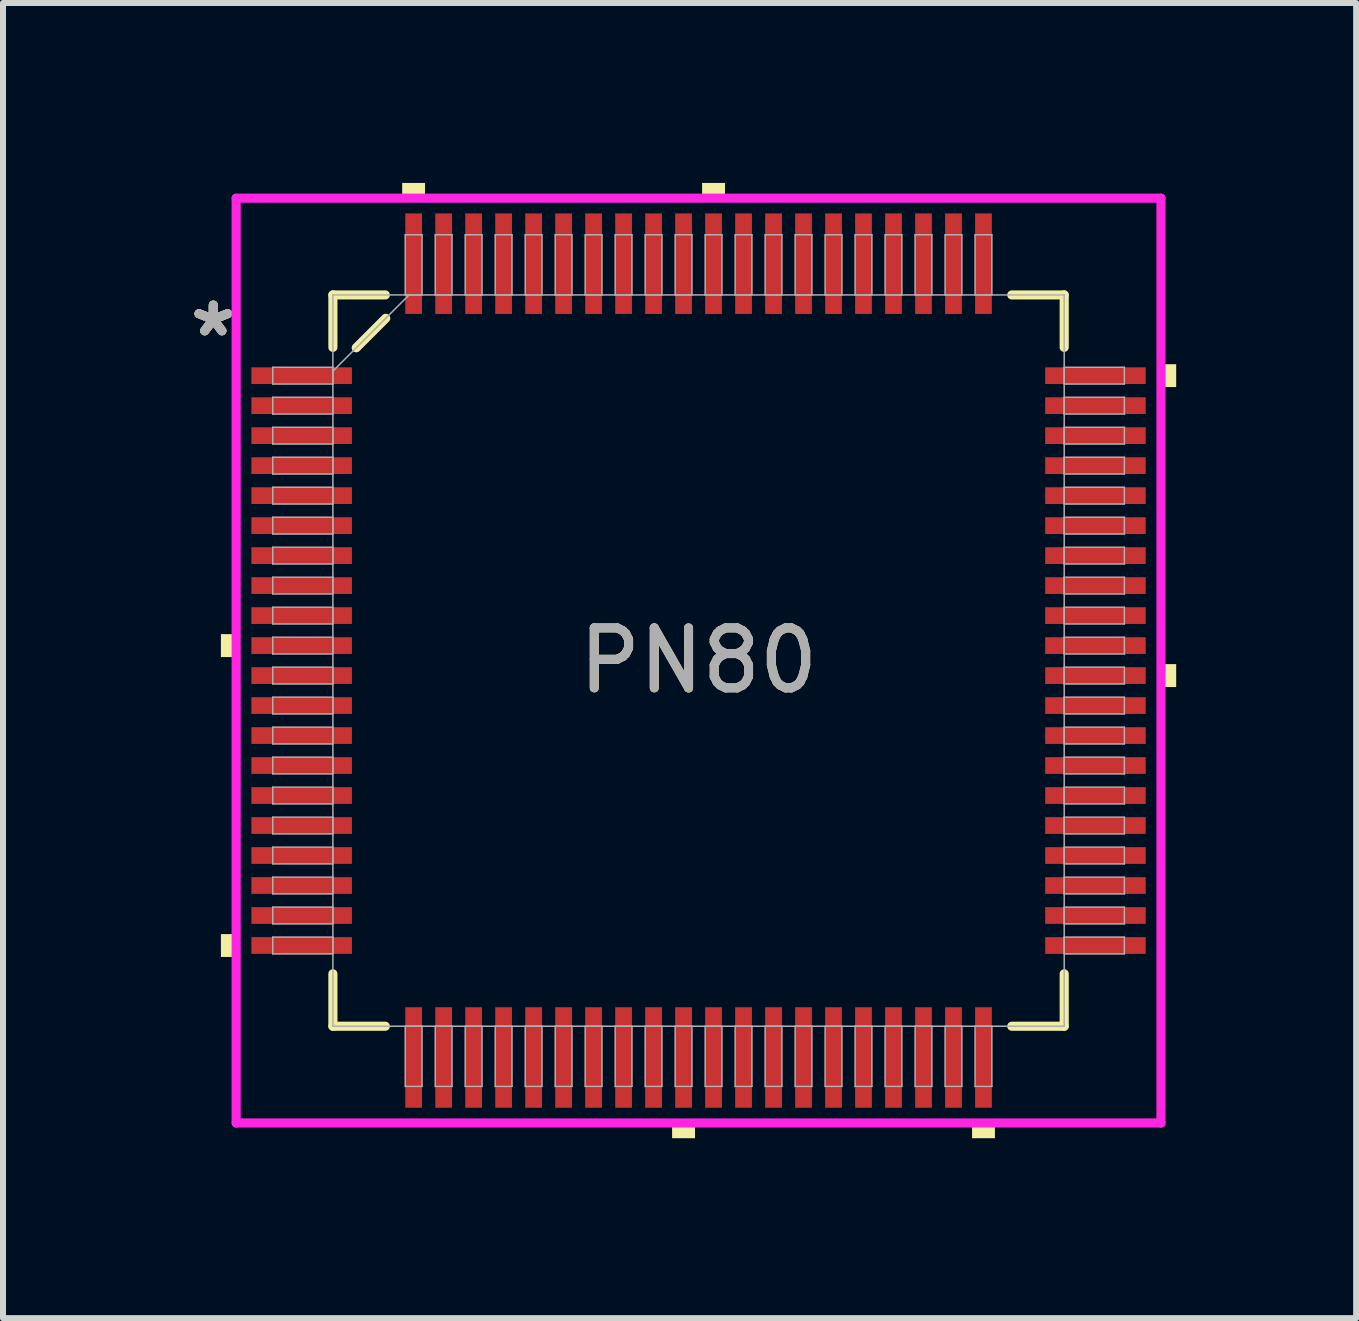
<source format=kicad_pcb>
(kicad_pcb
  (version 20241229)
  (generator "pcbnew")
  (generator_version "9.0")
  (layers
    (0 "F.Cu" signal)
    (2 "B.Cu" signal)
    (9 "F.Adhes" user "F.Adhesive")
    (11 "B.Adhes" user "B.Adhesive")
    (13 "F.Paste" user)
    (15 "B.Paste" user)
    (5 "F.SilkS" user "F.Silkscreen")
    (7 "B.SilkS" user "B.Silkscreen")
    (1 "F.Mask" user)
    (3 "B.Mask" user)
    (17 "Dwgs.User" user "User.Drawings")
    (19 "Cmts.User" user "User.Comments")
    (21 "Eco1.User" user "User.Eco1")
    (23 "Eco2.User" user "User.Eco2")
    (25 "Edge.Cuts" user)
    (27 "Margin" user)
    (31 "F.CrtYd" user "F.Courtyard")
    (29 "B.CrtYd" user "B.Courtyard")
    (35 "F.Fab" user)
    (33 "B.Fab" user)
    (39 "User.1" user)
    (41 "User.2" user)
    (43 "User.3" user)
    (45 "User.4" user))
  (footprint "PN80"
    (layer "F.Cu")
    (at 8.596 7.963)
    (property "Reference" "PN80" (at 0 0 0) (unlocked yes) (layer "F.SilkS") (effects (font (size 1 1) (thickness 0.15))))
    (attr smd)
    (fp_line (start -6.096 -6.096) (end -6.096 -5.222) (stroke (width 0.152) (type solid)) (layer "F.SilkS"))
    (fp_line (start -6.096 5.222) (end -6.096 6.096) (stroke (width 0.152) (type solid)) (layer "F.SilkS"))
    (fp_line (start -6.096 6.096) (end -5.222 6.096) (stroke (width 0.152) (type solid)) (layer "F.SilkS"))
    (fp_line (start -5.707 -5.215) (end -5.215 -5.707) (stroke (width 0.152) (type solid)) (layer "F.SilkS"))
    (fp_line (start -5.222 -6.096) (end -6.096 -6.096) (stroke (width 0.152) (type solid)) (layer "F.SilkS"))
    (fp_line (start 5.222 6.096) (end 6.096 6.096) (stroke (width 0.152) (type solid)) (layer "F.SilkS"))
    (fp_line (start 6.096 -6.096) (end 5.222 -6.096) (stroke (width 0.152) (type solid)) (layer "F.SilkS"))
    (fp_line (start 6.096 -5.222) (end 6.096 -6.096) (stroke (width 0.152) (type solid)) (layer "F.SilkS"))
    (fp_line (start 6.096 6.096) (end 6.096 5.222) (stroke (width 0.152) (type solid)) (layer "F.SilkS"))
    (fp_poly (pts (xy -7.963 -0.441) (xy -7.963 -0.059) (xy -7.709 -0.059) (xy -7.709 -0.441)) (stroke (width 0) (type solid)) (fill yes) (layer "F.SilkS"))
    (fp_poly (pts (xy -7.963 4.56) (xy -7.963 4.941) (xy -7.709 4.941) (xy -7.709 4.56)) (stroke (width 0) (type solid)) (fill yes) (layer "F.SilkS"))
    (fp_poly (pts (xy -4.941 -7.709) (xy -4.941 -7.963) (xy -4.56 -7.963) (xy -4.56 -7.709)) (stroke (width 0) (type solid)) (fill yes) (layer "F.SilkS"))
    (fp_poly (pts (xy -0.441 7.709) (xy -0.441 7.963) (xy -0.059 7.963) (xy -0.059 7.709)) (stroke (width 0) (type solid)) (fill yes) (layer "F.SilkS"))
    (fp_poly (pts (xy 0.059 -7.709) (xy 0.059 -7.963) (xy 0.441 -7.963) (xy 0.441 -7.709)) (stroke (width 0) (type solid)) (fill yes) (layer "F.SilkS"))
    (fp_poly (pts (xy 4.56 7.709) (xy 4.56 7.963) (xy 4.941 7.963) (xy 4.941 7.709)) (stroke (width 0) (type solid)) (fill yes) (layer "F.SilkS"))
    (fp_poly (pts (xy 7.963 -4.941) (xy 7.963 -4.56) (xy 7.709 -4.56) (xy 7.709 -4.941)) (stroke (width 0) (type solid)) (fill yes) (layer "F.SilkS"))
    (fp_poly (pts (xy 7.963 0.059) (xy 7.963 0.441) (xy 7.709 0.441) (xy 7.709 0.059)) (stroke (width 0) (type solid)) (fill yes) (layer "F.SilkS"))
    (fp_line (start -7.709 -7.709) (end 7.709 -7.709) (stroke (width 0.152) (type solid)) (layer "F.CrtYd"))
    (fp_line (start -7.709 7.709) (end -7.709 -7.709) (stroke (width 0.152) (type solid)) (layer "F.CrtYd"))
    (fp_line (start 7.709 -7.709) (end 7.709 7.709) (stroke (width 0.152) (type solid)) (layer "F.CrtYd"))
    (fp_line (start 7.709 7.709) (end -7.709 7.709) (stroke (width 0.152) (type solid)) (layer "F.CrtYd"))
    (fp_line (start -7.099 -4.89) (end -7.099 -4.61) (stroke (width 0.025) (type solid)) (layer "F.Fab"))
    (fp_line (start -7.099 -4.61) (end -6.096 -4.61) (stroke (width 0.025) (type solid)) (layer "F.Fab"))
    (fp_line (start -7.099 -4.39) (end -7.099 -4.11) (stroke (width 0.025) (type solid)) (layer "F.Fab"))
    (fp_line (start -7.099 -4.11) (end -6.096 -4.11) (stroke (width 0.025) (type solid)) (layer "F.Fab"))
    (fp_line (start -7.099 -3.89) (end -7.099 -3.61) (stroke (width 0.025) (type solid)) (layer "F.Fab"))
    (fp_line (start -7.099 -3.61) (end -6.096 -3.61) (stroke (width 0.025) (type solid)) (layer "F.Fab"))
    (fp_line (start -7.099 -3.39) (end -7.099 -3.11) (stroke (width 0.025) (type solid)) (layer "F.Fab"))
    (fp_line (start -7.099 -3.11) (end -6.096 -3.11) (stroke (width 0.025) (type solid)) (layer "F.Fab"))
    (fp_line (start -7.099 -2.89) (end -7.099 -2.61) (stroke (width 0.025) (type solid)) (layer "F.Fab"))
    (fp_line (start -7.099 -2.61) (end -6.096 -2.61) (stroke (width 0.025) (type solid)) (layer "F.Fab"))
    (fp_line (start -7.099 -2.39) (end -7.099 -2.11) (stroke (width 0.025) (type solid)) (layer "F.Fab"))
    (fp_line (start -7.099 -2.11) (end -6.096 -2.11) (stroke (width 0.025) (type solid)) (layer "F.Fab"))
    (fp_line (start -7.099 -1.89) (end -7.099 -1.61) (stroke (width 0.025) (type solid)) (layer "F.Fab"))
    (fp_line (start -7.099 -1.61) (end -6.096 -1.61) (stroke (width 0.025) (type solid)) (layer "F.Fab"))
    (fp_line (start -7.099 -1.39) (end -7.099 -1.11) (stroke (width 0.025) (type solid)) (layer "F.Fab"))
    (fp_line (start -7.099 -1.11) (end -6.096 -1.11) (stroke (width 0.025) (type solid)) (layer "F.Fab"))
    (fp_line (start -7.099 -0.89) (end -7.099 -0.61) (stroke (width 0.025) (type solid)) (layer "F.Fab"))
    (fp_line (start -7.099 -0.61) (end -6.096 -0.61) (stroke (width 0.025) (type solid)) (layer "F.Fab"))
    (fp_line (start -7.099 -0.39) (end -7.099 -0.11) (stroke (width 0.025) (type solid)) (layer "F.Fab"))
    (fp_line (start -7.099 -0.11) (end -6.096 -0.11) (stroke (width 0.025) (type solid)) (layer "F.Fab"))
    (fp_line (start -7.099 0.11) (end -7.099 0.39) (stroke (width 0.025) (type solid)) (layer "F.Fab"))
    (fp_line (start -7.099 0.39) (end -6.096 0.39) (stroke (width 0.025) (type solid)) (layer "F.Fab"))
    (fp_line (start -7.099 0.61) (end -7.099 0.89) (stroke (width 0.025) (type solid)) (layer "F.Fab"))
    (fp_line (start -7.099 0.89) (end -6.096 0.89) (stroke (width 0.025) (type solid)) (layer "F.Fab"))
    (fp_line (start -7.099 1.11) (end -7.099 1.39) (stroke (width 0.025) (type solid)) (layer "F.Fab"))
    (fp_line (start -7.099 1.39) (end -6.096 1.39) (stroke (width 0.025) (type solid)) (layer "F.Fab"))
    (fp_line (start -7.099 1.61) (end -7.099 1.89) (stroke (width 0.025) (type solid)) (layer "F.Fab"))
    (fp_line (start -7.099 1.89) (end -6.096 1.89) (stroke (width 0.025) (type solid)) (layer "F.Fab"))
    (fp_line (start -7.099 2.11) (end -7.099 2.39) (stroke (width 0.025) (type solid)) (layer "F.Fab"))
    (fp_line (start -7.099 2.39) (end -6.096 2.39) (stroke (width 0.025) (type solid)) (layer "F.Fab"))
    (fp_line (start -7.099 2.61) (end -7.099 2.89) (stroke (width 0.025) (type solid)) (layer "F.Fab"))
    (fp_line (start -7.099 2.89) (end -6.096 2.89) (stroke (width 0.025) (type solid)) (layer "F.Fab"))
    (fp_line (start -7.099 3.11) (end -7.099 3.39) (stroke (width 0.025) (type solid)) (layer "F.Fab"))
    (fp_line (start -7.099 3.39) (end -6.096 3.39) (stroke (width 0.025) (type solid)) (layer "F.Fab"))
    (fp_line (start -7.099 3.61) (end -7.099 3.89) (stroke (width 0.025) (type solid)) (layer "F.Fab"))
    (fp_line (start -7.099 3.89) (end -6.096 3.89) (stroke (width 0.025) (type solid)) (layer "F.Fab"))
    (fp_line (start -7.099 4.11) (end -7.099 4.39) (stroke (width 0.025) (type solid)) (layer "F.Fab"))
    (fp_line (start -7.099 4.39) (end -6.096 4.39) (stroke (width 0.025) (type solid)) (layer "F.Fab"))
    (fp_line (start -7.099 4.61) (end -7.099 4.89) (stroke (width 0.025) (type solid)) (layer "F.Fab"))
    (fp_line (start -7.099 4.89) (end -6.096 4.89) (stroke (width 0.025) (type solid)) (layer "F.Fab"))
    (fp_line (start -6.096 -6.096) (end -6.096 -6.096) (stroke (width 0.025) (type solid)) (layer "F.Fab"))
    (fp_line (start -6.096 -6.096) (end -6.096 6.096) (stroke (width 0.025) (type solid)) (layer "F.Fab"))
    (fp_line (start -6.096 -4.89) (end -7.099 -4.89) (stroke (width 0.025) (type solid)) (layer "F.Fab"))
    (fp_line (start -6.096 -4.826) (end -4.826 -6.096) (stroke (width 0.025) (type solid)) (layer "F.Fab"))
    (fp_line (start -6.096 -4.61) (end -6.096 -4.89) (stroke (width 0.025) (type solid)) (layer "F.Fab"))
    (fp_line (start -6.096 -4.39) (end -7.099 -4.39) (stroke (width 0.025) (type solid)) (layer "F.Fab"))
    (fp_line (start -6.096 -4.11) (end -6.096 -4.39) (stroke (width 0.025) (type solid)) (layer "F.Fab"))
    (fp_line (start -6.096 -3.89) (end -7.099 -3.89) (stroke (width 0.025) (type solid)) (layer "F.Fab"))
    (fp_line (start -6.096 -3.61) (end -6.096 -3.89) (stroke (width 0.025) (type solid)) (layer "F.Fab"))
    (fp_line (start -6.096 -3.39) (end -7.099 -3.39) (stroke (width 0.025) (type solid)) (layer "F.Fab"))
    (fp_line (start -6.096 -3.11) (end -6.096 -3.39) (stroke (width 0.025) (type solid)) (layer "F.Fab"))
    (fp_line (start -6.096 -2.89) (end -7.099 -2.89) (stroke (width 0.025) (type solid)) (layer "F.Fab"))
    (fp_line (start -6.096 -2.61) (end -6.096 -2.89) (stroke (width 0.025) (type solid)) (layer "F.Fab"))
    (fp_line (start -6.096 -2.39) (end -7.099 -2.39) (stroke (width 0.025) (type solid)) (layer "F.Fab"))
    (fp_line (start -6.096 -2.11) (end -6.096 -2.39) (stroke (width 0.025) (type solid)) (layer "F.Fab"))
    (fp_line (start -6.096 -1.89) (end -7.099 -1.89) (stroke (width 0.025) (type solid)) (layer "F.Fab"))
    (fp_line (start -6.096 -1.61) (end -6.096 -1.89) (stroke (width 0.025) (type solid)) (layer "F.Fab"))
    (fp_line (start -6.096 -1.39) (end -7.099 -1.39) (stroke (width 0.025) (type solid)) (layer "F.Fab"))
    (fp_line (start -6.096 -1.11) (end -6.096 -1.39) (stroke (width 0.025) (type solid)) (layer "F.Fab"))
    (fp_line (start -6.096 -0.89) (end -7.099 -0.89) (stroke (width 0.025) (type solid)) (layer "F.Fab"))
    (fp_line (start -6.096 -0.61) (end -6.096 -0.89) (stroke (width 0.025) (type solid)) (layer "F.Fab"))
    (fp_line (start -6.096 -0.39) (end -7.099 -0.39) (stroke (width 0.025) (type solid)) (layer "F.Fab"))
    (fp_line (start -6.096 -0.11) (end -6.096 -0.39) (stroke (width 0.025) (type solid)) (layer "F.Fab"))
    (fp_line (start -6.096 0.11) (end -7.099 0.11) (stroke (width 0.025) (type solid)) (layer "F.Fab"))
    (fp_line (start -6.096 0.39) (end -6.096 0.11) (stroke (width 0.025) (type solid)) (layer "F.Fab"))
    (fp_line (start -6.096 0.61) (end -7.099 0.61) (stroke (width 0.025) (type solid)) (layer "F.Fab"))
    (fp_line (start -6.096 0.89) (end -6.096 0.61) (stroke (width 0.025) (type solid)) (layer "F.Fab"))
    (fp_line (start -6.096 1.11) (end -7.099 1.11) (stroke (width 0.025) (type solid)) (layer "F.Fab"))
    (fp_line (start -6.096 1.39) (end -6.096 1.11) (stroke (width 0.025) (type solid)) (layer "F.Fab"))
    (fp_line (start -6.096 1.61) (end -7.099 1.61) (stroke (width 0.025) (type solid)) (layer "F.Fab"))
    (fp_line (start -6.096 1.89) (end -6.096 1.61) (stroke (width 0.025) (type solid)) (layer "F.Fab"))
    (fp_line (start -6.096 2.11) (end -7.099 2.11) (stroke (width 0.025) (type solid)) (layer "F.Fab"))
    (fp_line (start -6.096 2.39) (end -6.096 2.11) (stroke (width 0.025) (type solid)) (layer "F.Fab"))
    (fp_line (start -6.096 2.61) (end -7.099 2.61) (stroke (width 0.025) (type solid)) (layer "F.Fab"))
    (fp_line (start -6.096 2.89) (end -6.096 2.61) (stroke (width 0.025) (type solid)) (layer "F.Fab"))
    (fp_line (start -6.096 3.11) (end -7.099 3.11) (stroke (width 0.025) (type solid)) (layer "F.Fab"))
    (fp_line (start -6.096 3.39) (end -6.096 3.11) (stroke (width 0.025) (type solid)) (layer "F.Fab"))
    (fp_line (start -6.096 3.61) (end -7.099 3.61) (stroke (width 0.025) (type solid)) (layer "F.Fab"))
    (fp_line (start -6.096 3.89) (end -6.096 3.61) (stroke (width 0.025) (type solid)) (layer "F.Fab"))
    (fp_line (start -6.096 4.11) (end -7.099 4.11) (stroke (width 0.025) (type solid)) (layer "F.Fab"))
    (fp_line (start -6.096 4.39) (end -6.096 4.11) (stroke (width 0.025) (type solid)) (layer "F.Fab"))
    (fp_line (start -6.096 4.61) (end -7.099 4.61) (stroke (width 0.025) (type solid)) (layer "F.Fab"))
    (fp_line (start -6.096 4.89) (end -6.096 4.61) (stroke (width 0.025) (type solid)) (layer "F.Fab"))
    (fp_line (start -6.096 6.096) (end -6.096 6.096) (stroke (width 0.025) (type solid)) (layer "F.Fab"))
    (fp_line (start -6.096 6.096) (end 6.096 6.096) (stroke (width 0.025) (type solid)) (layer "F.Fab"))
    (fp_line (start -4.89 -7.099) (end -4.89 -6.096) (stroke (width 0.025) (type solid)) (layer "F.Fab"))
    (fp_line (start -4.89 -6.096) (end -4.61 -6.096) (stroke (width 0.025) (type solid)) (layer "F.Fab"))
    (fp_line (start -4.89 6.096) (end -4.89 7.099) (stroke (width 0.025) (type solid)) (layer "F.Fab"))
    (fp_line (start -4.89 7.099) (end -4.61 7.099) (stroke (width 0.025) (type solid)) (layer "F.Fab"))
    (fp_line (start -4.61 -7.099) (end -4.89 -7.099) (stroke (width 0.025) (type solid)) (layer "F.Fab"))
    (fp_line (start -4.61 -6.096) (end -4.61 -7.099) (stroke (width 0.025) (type solid)) (layer "F.Fab"))
    (fp_line (start -4.61 6.096) (end -4.89 6.096) (stroke (width 0.025) (type solid)) (layer "F.Fab"))
    (fp_line (start -4.61 7.099) (end -4.61 6.096) (stroke (width 0.025) (type solid)) (layer "F.Fab"))
    (fp_line (start -4.39 -7.099) (end -4.39 -6.096) (stroke (width 0.025) (type solid)) (layer "F.Fab"))
    (fp_line (start -4.39 -6.096) (end -4.11 -6.096) (stroke (width 0.025) (type solid)) (layer "F.Fab"))
    (fp_line (start -4.39 6.096) (end -4.39 7.099) (stroke (width 0.025) (type solid)) (layer "F.Fab"))
    (fp_line (start -4.39 7.099) (end -4.11 7.099) (stroke (width 0.025) (type solid)) (layer "F.Fab"))
    (fp_line (start -4.11 -7.099) (end -4.39 -7.099) (stroke (width 0.025) (type solid)) (layer "F.Fab"))
    (fp_line (start -4.11 -6.096) (end -4.11 -7.099) (stroke (width 0.025) (type solid)) (layer "F.Fab"))
    (fp_line (start -4.11 6.096) (end -4.39 6.096) (stroke (width 0.025) (type solid)) (layer "F.Fab"))
    (fp_line (start -4.11 7.099) (end -4.11 6.096) (stroke (width 0.025) (type solid)) (layer "F.Fab"))
    (fp_line (start -3.89 -7.099) (end -3.89 -6.096) (stroke (width 0.025) (type solid)) (layer "F.Fab"))
    (fp_line (start -3.89 -6.096) (end -3.61 -6.096) (stroke (width 0.025) (type solid)) (layer "F.Fab"))
    (fp_line (start -3.89 6.096) (end -3.89 7.099) (stroke (width 0.025) (type solid)) (layer "F.Fab"))
    (fp_line (start -3.89 7.099) (end -3.61 7.099) (stroke (width 0.025) (type solid)) (layer "F.Fab"))
    (fp_line (start -3.61 -7.099) (end -3.89 -7.099) (stroke (width 0.025) (type solid)) (layer "F.Fab"))
    (fp_line (start -3.61 -6.096) (end -3.61 -7.099) (stroke (width 0.025) (type solid)) (layer "F.Fab"))
    (fp_line (start -3.61 6.096) (end -3.89 6.096) (stroke (width 0.025) (type solid)) (layer "F.Fab"))
    (fp_line (start -3.61 7.099) (end -3.61 6.096) (stroke (width 0.025) (type solid)) (layer "F.Fab"))
    (fp_line (start -3.39 -7.099) (end -3.39 -6.096) (stroke (width 0.025) (type solid)) (layer "F.Fab"))
    (fp_line (start -3.39 -6.096) (end -3.11 -6.096) (stroke (width 0.025) (type solid)) (layer "F.Fab"))
    (fp_line (start -3.39 6.096) (end -3.39 7.099) (stroke (width 0.025) (type solid)) (layer "F.Fab"))
    (fp_line (start -3.39 7.099) (end -3.11 7.099) (stroke (width 0.025) (type solid)) (layer "F.Fab"))
    (fp_line (start -3.11 -7.099) (end -3.39 -7.099) (stroke (width 0.025) (type solid)) (layer "F.Fab"))
    (fp_line (start -3.11 -6.096) (end -3.11 -7.099) (stroke (width 0.025) (type solid)) (layer "F.Fab"))
    (fp_line (start -3.11 6.096) (end -3.39 6.096) (stroke (width 0.025) (type solid)) (layer "F.Fab"))
    (fp_line (start -3.11 7.099) (end -3.11 6.096) (stroke (width 0.025) (type solid)) (layer "F.Fab"))
    (fp_line (start -2.89 -7.099) (end -2.89 -6.096) (stroke (width 0.025) (type solid)) (layer "F.Fab"))
    (fp_line (start -2.89 -6.096) (end -2.61 -6.096) (stroke (width 0.025) (type solid)) (layer "F.Fab"))
    (fp_line (start -2.89 6.096) (end -2.89 7.099) (stroke (width 0.025) (type solid)) (layer "F.Fab"))
    (fp_line (start -2.89 7.099) (end -2.61 7.099) (stroke (width 0.025) (type solid)) (layer "F.Fab"))
    (fp_line (start -2.61 -7.099) (end -2.89 -7.099) (stroke (width 0.025) (type solid)) (layer "F.Fab"))
    (fp_line (start -2.61 -6.096) (end -2.61 -7.099) (stroke (width 0.025) (type solid)) (layer "F.Fab"))
    (fp_line (start -2.61 6.096) (end -2.89 6.096) (stroke (width 0.025) (type solid)) (layer "F.Fab"))
    (fp_line (start -2.61 7.099) (end -2.61 6.096) (stroke (width 0.025) (type solid)) (layer "F.Fab"))
    (fp_line (start -2.39 -7.099) (end -2.39 -6.096) (stroke (width 0.025) (type solid)) (layer "F.Fab"))
    (fp_line (start -2.39 -6.096) (end -2.11 -6.096) (stroke (width 0.025) (type solid)) (layer "F.Fab"))
    (fp_line (start -2.39 6.096) (end -2.39 7.099) (stroke (width 0.025) (type solid)) (layer "F.Fab"))
    (fp_line (start -2.39 7.099) (end -2.11 7.099) (stroke (width 0.025) (type solid)) (layer "F.Fab"))
    (fp_line (start -2.11 -7.099) (end -2.39 -7.099) (stroke (width 0.025) (type solid)) (layer "F.Fab"))
    (fp_line (start -2.11 -6.096) (end -2.11 -7.099) (stroke (width 0.025) (type solid)) (layer "F.Fab"))
    (fp_line (start -2.11 6.096) (end -2.39 6.096) (stroke (width 0.025) (type solid)) (layer "F.Fab"))
    (fp_line (start -2.11 7.099) (end -2.11 6.096) (stroke (width 0.025) (type solid)) (layer "F.Fab"))
    (fp_line (start -1.89 -7.099) (end -1.89 -6.096) (stroke (width 0.025) (type solid)) (layer "F.Fab"))
    (fp_line (start -1.89 -6.096) (end -1.61 -6.096) (stroke (width 0.025) (type solid)) (layer "F.Fab"))
    (fp_line (start -1.89 6.096) (end -1.89 7.099) (stroke (width 0.025) (type solid)) (layer "F.Fab"))
    (fp_line (start -1.89 7.099) (end -1.61 7.099) (stroke (width 0.025) (type solid)) (layer "F.Fab"))
    (fp_line (start -1.61 -7.099) (end -1.89 -7.099) (stroke (width 0.025) (type solid)) (layer "F.Fab"))
    (fp_line (start -1.61 -6.096) (end -1.61 -7.099) (stroke (width 0.025) (type solid)) (layer "F.Fab"))
    (fp_line (start -1.61 6.096) (end -1.89 6.096) (stroke (width 0.025) (type solid)) (layer "F.Fab"))
    (fp_line (start -1.61 7.099) (end -1.61 6.096) (stroke (width 0.025) (type solid)) (layer "F.Fab"))
    (fp_line (start -1.39 -7.099) (end -1.39 -6.096) (stroke (width 0.025) (type solid)) (layer "F.Fab"))
    (fp_line (start -1.39 -6.096) (end -1.11 -6.096) (stroke (width 0.025) (type solid)) (layer "F.Fab"))
    (fp_line (start -1.39 6.096) (end -1.39 7.099) (stroke (width 0.025) (type solid)) (layer "F.Fab"))
    (fp_line (start -1.39 7.099) (end -1.11 7.099) (stroke (width 0.025) (type solid)) (layer "F.Fab"))
    (fp_line (start -1.11 -7.099) (end -1.39 -7.099) (stroke (width 0.025) (type solid)) (layer "F.Fab"))
    (fp_line (start -1.11 -6.096) (end -1.11 -7.099) (stroke (width 0.025) (type solid)) (layer "F.Fab"))
    (fp_line (start -1.11 6.096) (end -1.39 6.096) (stroke (width 0.025) (type solid)) (layer "F.Fab"))
    (fp_line (start -1.11 7.099) (end -1.11 6.096) (stroke (width 0.025) (type solid)) (layer "F.Fab"))
    (fp_line (start -0.89 -7.099) (end -0.89 -6.096) (stroke (width 0.025) (type solid)) (layer "F.Fab"))
    (fp_line (start -0.89 -6.096) (end -0.61 -6.096) (stroke (width 0.025) (type solid)) (layer "F.Fab"))
    (fp_line (start -0.89 6.096) (end -0.89 7.099) (stroke (width 0.025) (type solid)) (layer "F.Fab"))
    (fp_line (start -0.89 7.099) (end -0.61 7.099) (stroke (width 0.025) (type solid)) (layer "F.Fab"))
    (fp_line (start -0.61 -7.099) (end -0.89 -7.099) (stroke (width 0.025) (type solid)) (layer "F.Fab"))
    (fp_line (start -0.61 -6.096) (end -0.61 -7.099) (stroke (width 0.025) (type solid)) (layer "F.Fab"))
    (fp_line (start -0.61 6.096) (end -0.89 6.096) (stroke (width 0.025) (type solid)) (layer "F.Fab"))
    (fp_line (start -0.61 7.099) (end -0.61 6.096) (stroke (width 0.025) (type solid)) (layer "F.Fab"))
    (fp_line (start -0.39 -7.099) (end -0.39 -6.096) (stroke (width 0.025) (type solid)) (layer "F.Fab"))
    (fp_line (start -0.39 -6.096) (end -0.11 -6.096) (stroke (width 0.025) (type solid)) (layer "F.Fab"))
    (fp_line (start -0.39 6.096) (end -0.39 7.099) (stroke (width 0.025) (type solid)) (layer "F.Fab"))
    (fp_line (start -0.39 7.099) (end -0.11 7.099) (stroke (width 0.025) (type solid)) (layer "F.Fab"))
    (fp_line (start -0.11 -7.099) (end -0.39 -7.099) (stroke (width 0.025) (type solid)) (layer "F.Fab"))
    (fp_line (start -0.11 -6.096) (end -0.11 -7.099) (stroke (width 0.025) (type solid)) (layer "F.Fab"))
    (fp_line (start -0.11 6.096) (end -0.39 6.096) (stroke (width 0.025) (type solid)) (layer "F.Fab"))
    (fp_line (start -0.11 7.099) (end -0.11 6.096) (stroke (width 0.025) (type solid)) (layer "F.Fab"))
    (fp_line (start 0.11 -7.099) (end 0.11 -6.096) (stroke (width 0.025) (type solid)) (layer "F.Fab"))
    (fp_line (start 0.11 -6.096) (end 0.39 -6.096) (stroke (width 0.025) (type solid)) (layer "F.Fab"))
    (fp_line (start 0.11 6.096) (end 0.11 7.099) (stroke (width 0.025) (type solid)) (layer "F.Fab"))
    (fp_line (start 0.11 7.099) (end 0.39 7.099) (stroke (width 0.025) (type solid)) (layer "F.Fab"))
    (fp_line (start 0.39 -7.099) (end 0.11 -7.099) (stroke (width 0.025) (type solid)) (layer "F.Fab"))
    (fp_line (start 0.39 -6.096) (end 0.39 -7.099) (stroke (width 0.025) (type solid)) (layer "F.Fab"))
    (fp_line (start 0.39 6.096) (end 0.11 6.096) (stroke (width 0.025) (type solid)) (layer "F.Fab"))
    (fp_line (start 0.39 7.099) (end 0.39 6.096) (stroke (width 0.025) (type solid)) (layer "F.Fab"))
    (fp_line (start 0.61 -7.099) (end 0.61 -6.096) (stroke (width 0.025) (type solid)) (layer "F.Fab"))
    (fp_line (start 0.61 -6.096) (end 0.89 -6.096) (stroke (width 0.025) (type solid)) (layer "F.Fab"))
    (fp_line (start 0.61 6.096) (end 0.61 7.099) (stroke (width 0.025) (type solid)) (layer "F.Fab"))
    (fp_line (start 0.61 7.099) (end 0.89 7.099) (stroke (width 0.025) (type solid)) (layer "F.Fab"))
    (fp_line (start 0.89 -7.099) (end 0.61 -7.099) (stroke (width 0.025) (type solid)) (layer "F.Fab"))
    (fp_line (start 0.89 -6.096) (end 0.89 -7.099) (stroke (width 0.025) (type solid)) (layer "F.Fab"))
    (fp_line (start 0.89 6.096) (end 0.61 6.096) (stroke (width 0.025) (type solid)) (layer "F.Fab"))
    (fp_line (start 0.89 7.099) (end 0.89 6.096) (stroke (width 0.025) (type solid)) (layer "F.Fab"))
    (fp_line (start 1.11 -7.099) (end 1.11 -6.096) (stroke (width 0.025) (type solid)) (layer "F.Fab"))
    (fp_line (start 1.11 -6.096) (end 1.39 -6.096) (stroke (width 0.025) (type solid)) (layer "F.Fab"))
    (fp_line (start 1.11 6.096) (end 1.11 7.099) (stroke (width 0.025) (type solid)) (layer "F.Fab"))
    (fp_line (start 1.11 7.099) (end 1.39 7.099) (stroke (width 0.025) (type solid)) (layer "F.Fab"))
    (fp_line (start 1.39 -7.099) (end 1.11 -7.099) (stroke (width 0.025) (type solid)) (layer "F.Fab"))
    (fp_line (start 1.39 -6.096) (end 1.39 -7.099) (stroke (width 0.025) (type solid)) (layer "F.Fab"))
    (fp_line (start 1.39 6.096) (end 1.11 6.096) (stroke (width 0.025) (type solid)) (layer "F.Fab"))
    (fp_line (start 1.39 7.099) (end 1.39 6.096) (stroke (width 0.025) (type solid)) (layer "F.Fab"))
    (fp_line (start 1.61 -7.099) (end 1.61 -6.096) (stroke (width 0.025) (type solid)) (layer "F.Fab"))
    (fp_line (start 1.61 -6.096) (end 1.89 -6.096) (stroke (width 0.025) (type solid)) (layer "F.Fab"))
    (fp_line (start 1.61 6.096) (end 1.61 7.099) (stroke (width 0.025) (type solid)) (layer "F.Fab"))
    (fp_line (start 1.61 7.099) (end 1.89 7.099) (stroke (width 0.025) (type solid)) (layer "F.Fab"))
    (fp_line (start 1.89 -7.099) (end 1.61 -7.099) (stroke (width 0.025) (type solid)) (layer "F.Fab"))
    (fp_line (start 1.89 -6.096) (end 1.89 -7.099) (stroke (width 0.025) (type solid)) (layer "F.Fab"))
    (fp_line (start 1.89 6.096) (end 1.61 6.096) (stroke (width 0.025) (type solid)) (layer "F.Fab"))
    (fp_line (start 1.89 7.099) (end 1.89 6.096) (stroke (width 0.025) (type solid)) (layer "F.Fab"))
    (fp_line (start 2.11 -7.099) (end 2.11 -6.096) (stroke (width 0.025) (type solid)) (layer "F.Fab"))
    (fp_line (start 2.11 -6.096) (end 2.39 -6.096) (stroke (width 0.025) (type solid)) (layer "F.Fab"))
    (fp_line (start 2.11 6.096) (end 2.11 7.099) (stroke (width 0.025) (type solid)) (layer "F.Fab"))
    (fp_line (start 2.11 7.099) (end 2.39 7.099) (stroke (width 0.025) (type solid)) (layer "F.Fab"))
    (fp_line (start 2.39 -7.099) (end 2.11 -7.099) (stroke (width 0.025) (type solid)) (layer "F.Fab"))
    (fp_line (start 2.39 -6.096) (end 2.39 -7.099) (stroke (width 0.025) (type solid)) (layer "F.Fab"))
    (fp_line (start 2.39 6.096) (end 2.11 6.096) (stroke (width 0.025) (type solid)) (layer "F.Fab"))
    (fp_line (start 2.39 7.099) (end 2.39 6.096) (stroke (width 0.025) (type solid)) (layer "F.Fab"))
    (fp_line (start 2.61 -7.099) (end 2.61 -6.096) (stroke (width 0.025) (type solid)) (layer "F.Fab"))
    (fp_line (start 2.61 -6.096) (end 2.89 -6.096) (stroke (width 0.025) (type solid)) (layer "F.Fab"))
    (fp_line (start 2.61 6.096) (end 2.61 7.099) (stroke (width 0.025) (type solid)) (layer "F.Fab"))
    (fp_line (start 2.61 7.099) (end 2.89 7.099) (stroke (width 0.025) (type solid)) (layer "F.Fab"))
    (fp_line (start 2.89 -7.099) (end 2.61 -7.099) (stroke (width 0.025) (type solid)) (layer "F.Fab"))
    (fp_line (start 2.89 -6.096) (end 2.89 -7.099) (stroke (width 0.025) (type solid)) (layer "F.Fab"))
    (fp_line (start 2.89 6.096) (end 2.61 6.096) (stroke (width 0.025) (type solid)) (layer "F.Fab"))
    (fp_line (start 2.89 7.099) (end 2.89 6.096) (stroke (width 0.025) (type solid)) (layer "F.Fab"))
    (fp_line (start 3.11 -7.099) (end 3.11 -6.096) (stroke (width 0.025) (type solid)) (layer "F.Fab"))
    (fp_line (start 3.11 -6.096) (end 3.39 -6.096) (stroke (width 0.025) (type solid)) (layer "F.Fab"))
    (fp_line (start 3.11 6.096) (end 3.11 7.099) (stroke (width 0.025) (type solid)) (layer "F.Fab"))
    (fp_line (start 3.11 7.099) (end 3.39 7.099) (stroke (width 0.025) (type solid)) (layer "F.Fab"))
    (fp_line (start 3.39 -7.099) (end 3.11 -7.099) (stroke (width 0.025) (type solid)) (layer "F.Fab"))
    (fp_line (start 3.39 -6.096) (end 3.39 -7.099) (stroke (width 0.025) (type solid)) (layer "F.Fab"))
    (fp_line (start 3.39 6.096) (end 3.11 6.096) (stroke (width 0.025) (type solid)) (layer "F.Fab"))
    (fp_line (start 3.39 7.099) (end 3.39 6.096) (stroke (width 0.025) (type solid)) (layer "F.Fab"))
    (fp_line (start 3.61 -7.099) (end 3.61 -6.096) (stroke (width 0.025) (type solid)) (layer "F.Fab"))
    (fp_line (start 3.61 -6.096) (end 3.89 -6.096) (stroke (width 0.025) (type solid)) (layer "F.Fab"))
    (fp_line (start 3.61 6.096) (end 3.61 7.099) (stroke (width 0.025) (type solid)) (layer "F.Fab"))
    (fp_line (start 3.61 7.099) (end 3.89 7.099) (stroke (width 0.025) (type solid)) (layer "F.Fab"))
    (fp_line (start 3.89 -7.099) (end 3.61 -7.099) (stroke (width 0.025) (type solid)) (layer "F.Fab"))
    (fp_line (start 3.89 -6.096) (end 3.89 -7.099) (stroke (width 0.025) (type solid)) (layer "F.Fab"))
    (fp_line (start 3.89 6.096) (end 3.61 6.096) (stroke (width 0.025) (type solid)) (layer "F.Fab"))
    (fp_line (start 3.89 7.099) (end 3.89 6.096) (stroke (width 0.025) (type solid)) (layer "F.Fab"))
    (fp_line (start 4.11 -7.099) (end 4.11 -6.096) (stroke (width 0.025) (type solid)) (layer "F.Fab"))
    (fp_line (start 4.11 -6.096) (end 4.39 -6.096) (stroke (width 0.025) (type solid)) (layer "F.Fab"))
    (fp_line (start 4.11 6.096) (end 4.11 7.099) (stroke (width 0.025) (type solid)) (layer "F.Fab"))
    (fp_line (start 4.11 7.099) (end 4.39 7.099) (stroke (width 0.025) (type solid)) (layer "F.Fab"))
    (fp_line (start 4.39 -7.099) (end 4.11 -7.099) (stroke (width 0.025) (type solid)) (layer "F.Fab"))
    (fp_line (start 4.39 -6.096) (end 4.39 -7.099) (stroke (width 0.025) (type solid)) (layer "F.Fab"))
    (fp_line (start 4.39 6.096) (end 4.11 6.096) (stroke (width 0.025) (type solid)) (layer "F.Fab"))
    (fp_line (start 4.39 7.099) (end 4.39 6.096) (stroke (width 0.025) (type solid)) (layer "F.Fab"))
    (fp_line (start 4.61 -7.099) (end 4.61 -6.096) (stroke (width 0.025) (type solid)) (layer "F.Fab"))
    (fp_line (start 4.61 -6.096) (end 4.89 -6.096) (stroke (width 0.025) (type solid)) (layer "F.Fab"))
    (fp_line (start 4.61 6.096) (end 4.61 7.099) (stroke (width 0.025) (type solid)) (layer "F.Fab"))
    (fp_line (start 4.61 7.099) (end 4.89 7.099) (stroke (width 0.025) (type solid)) (layer "F.Fab"))
    (fp_line (start 4.89 -7.099) (end 4.61 -7.099) (stroke (width 0.025) (type solid)) (layer "F.Fab"))
    (fp_line (start 4.89 -6.096) (end 4.89 -7.099) (stroke (width 0.025) (type solid)) (layer "F.Fab"))
    (fp_line (start 4.89 6.096) (end 4.61 6.096) (stroke (width 0.025) (type solid)) (layer "F.Fab"))
    (fp_line (start 4.89 7.099) (end 4.89 6.096) (stroke (width 0.025) (type solid)) (layer "F.Fab"))
    (fp_line (start 6.096 -6.096) (end -6.096 -6.096) (stroke (width 0.025) (type solid)) (layer "F.Fab"))
    (fp_line (start 6.096 -6.096) (end 6.096 -6.096) (stroke (width 0.025) (type solid)) (layer "F.Fab"))
    (fp_line (start 6.096 -4.89) (end 6.096 -4.61) (stroke (width 0.025) (type solid)) (layer "F.Fab"))
    (fp_line (start 6.096 -4.61) (end 7.099 -4.61) (stroke (width 0.025) (type solid)) (layer "F.Fab"))
    (fp_line (start 6.096 -4.39) (end 6.096 -4.11) (stroke (width 0.025) (type solid)) (layer "F.Fab"))
    (fp_line (start 6.096 -4.11) (end 7.099 -4.11) (stroke (width 0.025) (type solid)) (layer "F.Fab"))
    (fp_line (start 6.096 -3.89) (end 6.096 -3.61) (stroke (width 0.025) (type solid)) (layer "F.Fab"))
    (fp_line (start 6.096 -3.61) (end 7.099 -3.61) (stroke (width 0.025) (type solid)) (layer "F.Fab"))
    (fp_line (start 6.096 -3.39) (end 6.096 -3.11) (stroke (width 0.025) (type solid)) (layer "F.Fab"))
    (fp_line (start 6.096 -3.11) (end 7.099 -3.11) (stroke (width 0.025) (type solid)) (layer "F.Fab"))
    (fp_line (start 6.096 -2.89) (end 6.096 -2.61) (stroke (width 0.025) (type solid)) (layer "F.Fab"))
    (fp_line (start 6.096 -2.61) (end 7.099 -2.61) (stroke (width 0.025) (type solid)) (layer "F.Fab"))
    (fp_line (start 6.096 -2.39) (end 6.096 -2.11) (stroke (width 0.025) (type solid)) (layer "F.Fab"))
    (fp_line (start 6.096 -2.11) (end 7.099 -2.11) (stroke (width 0.025) (type solid)) (layer "F.Fab"))
    (fp_line (start 6.096 -1.89) (end 6.096 -1.61) (stroke (width 0.025) (type solid)) (layer "F.Fab"))
    (fp_line (start 6.096 -1.61) (end 7.099 -1.61) (stroke (width 0.025) (type solid)) (layer "F.Fab"))
    (fp_line (start 6.096 -1.39) (end 6.096 -1.11) (stroke (width 0.025) (type solid)) (layer "F.Fab"))
    (fp_line (start 6.096 -1.11) (end 7.099 -1.11) (stroke (width 0.025) (type solid)) (layer "F.Fab"))
    (fp_line (start 6.096 -0.89) (end 6.096 -0.61) (stroke (width 0.025) (type solid)) (layer "F.Fab"))
    (fp_line (start 6.096 -0.61) (end 7.099 -0.61) (stroke (width 0.025) (type solid)) (layer "F.Fab"))
    (fp_line (start 6.096 -0.39) (end 6.096 -0.11) (stroke (width 0.025) (type solid)) (layer "F.Fab"))
    (fp_line (start 6.096 -0.11) (end 7.099 -0.11) (stroke (width 0.025) (type solid)) (layer "F.Fab"))
    (fp_line (start 6.096 0.11) (end 6.096 0.39) (stroke (width 0.025) (type solid)) (layer "F.Fab"))
    (fp_line (start 6.096 0.39) (end 7.099 0.39) (stroke (width 0.025) (type solid)) (layer "F.Fab"))
    (fp_line (start 6.096 0.61) (end 6.096 0.89) (stroke (width 0.025) (type solid)) (layer "F.Fab"))
    (fp_line (start 6.096 0.89) (end 7.099 0.89) (stroke (width 0.025) (type solid)) (layer "F.Fab"))
    (fp_line (start 6.096 1.11) (end 6.096 1.39) (stroke (width 0.025) (type solid)) (layer "F.Fab"))
    (fp_line (start 6.096 1.39) (end 7.099 1.39) (stroke (width 0.025) (type solid)) (layer "F.Fab"))
    (fp_line (start 6.096 1.61) (end 6.096 1.89) (stroke (width 0.025) (type solid)) (layer "F.Fab"))
    (fp_line (start 6.096 1.89) (end 7.099 1.89) (stroke (width 0.025) (type solid)) (layer "F.Fab"))
    (fp_line (start 6.096 2.11) (end 6.096 2.39) (stroke (width 0.025) (type solid)) (layer "F.Fab"))
    (fp_line (start 6.096 2.39) (end 7.099 2.39) (stroke (width 0.025) (type solid)) (layer "F.Fab"))
    (fp_line (start 6.096 2.61) (end 6.096 2.89) (stroke (width 0.025) (type solid)) (layer "F.Fab"))
    (fp_line (start 6.096 2.89) (end 7.099 2.89) (stroke (width 0.025) (type solid)) (layer "F.Fab"))
    (fp_line (start 6.096 3.11) (end 6.096 3.39) (stroke (width 0.025) (type solid)) (layer "F.Fab"))
    (fp_line (start 6.096 3.39) (end 7.099 3.39) (stroke (width 0.025) (type solid)) (layer "F.Fab"))
    (fp_line (start 6.096 3.61) (end 6.096 3.89) (stroke (width 0.025) (type solid)) (layer "F.Fab"))
    (fp_line (start 6.096 3.89) (end 7.099 3.89) (stroke (width 0.025) (type solid)) (layer "F.Fab"))
    (fp_line (start 6.096 4.11) (end 6.096 4.39) (stroke (width 0.025) (type solid)) (layer "F.Fab"))
    (fp_line (start 6.096 4.39) (end 7.099 4.39) (stroke (width 0.025) (type solid)) (layer "F.Fab"))
    (fp_line (start 6.096 4.61) (end 6.096 4.89) (stroke (width 0.025) (type solid)) (layer "F.Fab"))
    (fp_line (start 6.096 4.89) (end 7.099 4.89) (stroke (width 0.025) (type solid)) (layer "F.Fab"))
    (fp_line (start 6.096 6.096) (end 6.096 -6.096) (stroke (width 0.025) (type solid)) (layer "F.Fab"))
    (fp_line (start 6.096 6.096) (end 6.096 6.096) (stroke (width 0.025) (type solid)) (layer "F.Fab"))
    (fp_line (start 7.099 -4.89) (end 6.096 -4.89) (stroke (width 0.025) (type solid)) (layer "F.Fab"))
    (fp_line (start 7.099 -4.61) (end 7.099 -4.89) (stroke (width 0.025) (type solid)) (layer "F.Fab"))
    (fp_line (start 7.099 -4.39) (end 6.096 -4.39) (stroke (width 0.025) (type solid)) (layer "F.Fab"))
    (fp_line (start 7.099 -4.11) (end 7.099 -4.39) (stroke (width 0.025) (type solid)) (layer "F.Fab"))
    (fp_line (start 7.099 -3.89) (end 6.096 -3.89) (stroke (width 0.025) (type solid)) (layer "F.Fab"))
    (fp_line (start 7.099 -3.61) (end 7.099 -3.89) (stroke (width 0.025) (type solid)) (layer "F.Fab"))
    (fp_line (start 7.099 -3.39) (end 6.096 -3.39) (stroke (width 0.025) (type solid)) (layer "F.Fab"))
    (fp_line (start 7.099 -3.11) (end 7.099 -3.39) (stroke (width 0.025) (type solid)) (layer "F.Fab"))
    (fp_line (start 7.099 -2.89) (end 6.096 -2.89) (stroke (width 0.025) (type solid)) (layer "F.Fab"))
    (fp_line (start 7.099 -2.61) (end 7.099 -2.89) (stroke (width 0.025) (type solid)) (layer "F.Fab"))
    (fp_line (start 7.099 -2.39) (end 6.096 -2.39) (stroke (width 0.025) (type solid)) (layer "F.Fab"))
    (fp_line (start 7.099 -2.11) (end 7.099 -2.39) (stroke (width 0.025) (type solid)) (layer "F.Fab"))
    (fp_line (start 7.099 -1.89) (end 6.096 -1.89) (stroke (width 0.025) (type solid)) (layer "F.Fab"))
    (fp_line (start 7.099 -1.61) (end 7.099 -1.89) (stroke (width 0.025) (type solid)) (layer "F.Fab"))
    (fp_line (start 7.099 -1.39) (end 6.096 -1.39) (stroke (width 0.025) (type solid)) (layer "F.Fab"))
    (fp_line (start 7.099 -1.11) (end 7.099 -1.39) (stroke (width 0.025) (type solid)) (layer "F.Fab"))
    (fp_line (start 7.099 -0.89) (end 6.096 -0.89) (stroke (width 0.025) (type solid)) (layer "F.Fab"))
    (fp_line (start 7.099 -0.61) (end 7.099 -0.89) (stroke (width 0.025) (type solid)) (layer "F.Fab"))
    (fp_line (start 7.099 -0.39) (end 6.096 -0.39) (stroke (width 0.025) (type solid)) (layer "F.Fab"))
    (fp_line (start 7.099 -0.11) (end 7.099 -0.39) (stroke (width 0.025) (type solid)) (layer "F.Fab"))
    (fp_line (start 7.099 0.11) (end 6.096 0.11) (stroke (width 0.025) (type solid)) (layer "F.Fab"))
    (fp_line (start 7.099 0.39) (end 7.099 0.11) (stroke (width 0.025) (type solid)) (layer "F.Fab"))
    (fp_line (start 7.099 0.61) (end 6.096 0.61) (stroke (width 0.025) (type solid)) (layer "F.Fab"))
    (fp_line (start 7.099 0.89) (end 7.099 0.61) (stroke (width 0.025) (type solid)) (layer "F.Fab"))
    (fp_line (start 7.099 1.11) (end 6.096 1.11) (stroke (width 0.025) (type solid)) (layer "F.Fab"))
    (fp_line (start 7.099 1.39) (end 7.099 1.11) (stroke (width 0.025) (type solid)) (layer "F.Fab"))
    (fp_line (start 7.099 1.61) (end 6.096 1.61) (stroke (width 0.025) (type solid)) (layer "F.Fab"))
    (fp_line (start 7.099 1.89) (end 7.099 1.61) (stroke (width 0.025) (type solid)) (layer "F.Fab"))
    (fp_line (start 7.099 2.11) (end 6.096 2.11) (stroke (width 0.025) (type solid)) (layer "F.Fab"))
    (fp_line (start 7.099 2.39) (end 7.099 2.11) (stroke (width 0.025) (type solid)) (layer "F.Fab"))
    (fp_line (start 7.099 2.61) (end 6.096 2.61) (stroke (width 0.025) (type solid)) (layer "F.Fab"))
    (fp_line (start 7.099 2.89) (end 7.099 2.61) (stroke (width 0.025) (type solid)) (layer "F.Fab"))
    (fp_line (start 7.099 3.11) (end 6.096 3.11) (stroke (width 0.025) (type solid)) (layer "F.Fab"))
    (fp_line (start 7.099 3.39) (end 7.099 3.11) (stroke (width 0.025) (type solid)) (layer "F.Fab"))
    (fp_line (start 7.099 3.61) (end 6.096 3.61) (stroke (width 0.025) (type solid)) (layer "F.Fab"))
    (fp_line (start 7.099 3.89) (end 7.099 3.61) (stroke (width 0.025) (type solid)) (layer "F.Fab"))
    (fp_line (start 7.099 4.11) (end 6.096 4.11) (stroke (width 0.025) (type solid)) (layer "F.Fab"))
    (fp_line (start 7.099 4.39) (end 7.099 4.11) (stroke (width 0.025) (type solid)) (layer "F.Fab"))
    (fp_line (start 7.099 4.61) (end 6.096 4.61) (stroke (width 0.025) (type solid)) (layer "F.Fab"))
    (fp_line (start 7.099 4.89) (end 7.099 4.61) (stroke (width 0.025) (type solid)) (layer "F.Fab"))
    (fp_text user "*" (at -8.09 -5.381 0) (layer "F.SilkS") (effects (font (size 1 1) (thickness 0.15))))
    (fp_text user "*" (at -8.09 -5.381 0) (unlocked yes) (layer "F.SilkS") (effects (font (size 1 1) (thickness 0.15))))
    (fp_text user "${REFERENCE}" (at 0 0 0) (unlocked yes) (layer "F.Fab") (effects (font (size 1 1) (thickness 0.15))))
    (fp_text user "*" (at -8.09 -5.381 0) (unlocked yes) (layer "F.Fab") (effects (font (size 1 1) (thickness 0.15))))
    (fp_text user "*" (at -8.09 -5.381 0) (layer "F.Fab") (effects (font (size 1 1) (thickness 0.15))))
    (pad "1" smd rect (at -6.617 -4.75 90) (size 0.279 1.676) (layers "F.Cu" "F.Mask" "F.Paste"))
    (pad "2" smd rect (at -6.617 -4.25 90) (size 0.279 1.676) (layers "F.Cu" "F.Mask" "F.Paste"))
    (pad "3" smd rect (at -6.617 -3.75 90) (size 0.279 1.676) (layers "F.Cu" "F.Mask" "F.Paste"))
    (pad "4" smd rect (at -6.617 -3.25 90) (size 0.279 1.676) (layers "F.Cu" "F.Mask" "F.Paste"))
    (pad "5" smd rect (at -6.617 -2.75 90) (size 0.279 1.676) (layers "F.Cu" "F.Mask" "F.Paste"))
    (pad "6" smd rect (at -6.617 -2.25 90) (size 0.279 1.676) (layers "F.Cu" "F.Mask" "F.Paste"))
    (pad "7" smd rect (at -6.617 -1.75 90) (size 0.279 1.676) (layers "F.Cu" "F.Mask" "F.Paste"))
    (pad "8" smd rect (at -6.617 -1.25 90) (size 0.279 1.676) (layers "F.Cu" "F.Mask" "F.Paste"))
    (pad "9" smd rect (at -6.617 -0.75 90) (size 0.279 1.676) (layers "F.Cu" "F.Mask" "F.Paste"))
    (pad "10" smd rect (at -6.617 -0.25 90) (size 0.279 1.676) (layers "F.Cu" "F.Mask" "F.Paste"))
    (pad "11" smd rect (at -6.617 0.25 90) (size 0.279 1.676) (layers "F.Cu" "F.Mask" "F.Paste"))
    (pad "12" smd rect (at -6.617 0.75 90) (size 0.279 1.676) (layers "F.Cu" "F.Mask" "F.Paste"))
    (pad "13" smd rect (at -6.617 1.25 90) (size 0.279 1.676) (layers "F.Cu" "F.Mask" "F.Paste"))
    (pad "14" smd rect (at -6.617 1.75 90) (size 0.279 1.676) (layers "F.Cu" "F.Mask" "F.Paste"))
    (pad "15" smd rect (at -6.617 2.25 90) (size 0.279 1.676) (layers "F.Cu" "F.Mask" "F.Paste"))
    (pad "16" smd rect (at -6.617 2.75 90) (size 0.279 1.676) (layers "F.Cu" "F.Mask" "F.Paste"))
    (pad "17" smd rect (at -6.617 3.25 90) (size 0.279 1.676) (layers "F.Cu" "F.Mask" "F.Paste"))
    (pad "18" smd rect (at -6.617 3.75 90) (size 0.279 1.676) (layers "F.Cu" "F.Mask" "F.Paste"))
    (pad "19" smd rect (at -6.617 4.25 90) (size 0.279 1.676) (layers "F.Cu" "F.Mask" "F.Paste"))
    (pad "20" smd rect (at -6.617 4.75 90) (size 0.279 1.676) (layers "F.Cu" "F.Mask" "F.Paste"))
    (pad "21" smd rect (at -4.75 6.617) (size 0.279 1.676) (layers "F.Cu" "F.Mask" "F.Paste"))
    (pad "22" smd rect (at -4.25 6.617) (size 0.279 1.676) (layers "F.Cu" "F.Mask" "F.Paste"))
    (pad "23" smd rect (at -3.75 6.617) (size 0.279 1.676) (layers "F.Cu" "F.Mask" "F.Paste"))
    (pad "24" smd rect (at -3.25 6.617) (size 0.279 1.676) (layers "F.Cu" "F.Mask" "F.Paste"))
    (pad "25" smd rect (at -2.75 6.617) (size 0.279 1.676) (layers "F.Cu" "F.Mask" "F.Paste"))
    (pad "26" smd rect (at -2.25 6.617) (size 0.279 1.676) (layers "F.Cu" "F.Mask" "F.Paste"))
    (pad "27" smd rect (at -1.75 6.617) (size 0.279 1.676) (layers "F.Cu" "F.Mask" "F.Paste"))
    (pad "28" smd rect (at -1.25 6.617) (size 0.279 1.676) (layers "F.Cu" "F.Mask" "F.Paste"))
    (pad "29" smd rect (at -0.75 6.617) (size 0.279 1.676) (layers "F.Cu" "F.Mask" "F.Paste"))
    (pad "30" smd rect (at -0.25 6.617) (size 0.279 1.676) (layers "F.Cu" "F.Mask" "F.Paste"))
    (pad "31" smd rect (at 0.25 6.617) (size 0.279 1.676) (layers "F.Cu" "F.Mask" "F.Paste"))
    (pad "32" smd rect (at 0.75 6.617) (size 0.279 1.676) (layers "F.Cu" "F.Mask" "F.Paste"))
    (pad "33" smd rect (at 1.25 6.617) (size 0.279 1.676) (layers "F.Cu" "F.Mask" "F.Paste"))
    (pad "34" smd rect (at 1.75 6.617) (size 0.279 1.676) (layers "F.Cu" "F.Mask" "F.Paste"))
    (pad "35" smd rect (at 2.25 6.617) (size 0.279 1.676) (layers "F.Cu" "F.Mask" "F.Paste"))
    (pad "36" smd rect (at 2.75 6.617) (size 0.279 1.676) (layers "F.Cu" "F.Mask" "F.Paste"))
    (pad "37" smd rect (at 3.25 6.617) (size 0.279 1.676) (layers "F.Cu" "F.Mask" "F.Paste"))
    (pad "38" smd rect (at 3.75 6.617) (size 0.279 1.676) (layers "F.Cu" "F.Mask" "F.Paste"))
    (pad "39" smd rect (at 4.25 6.617) (size 0.279 1.676) (layers "F.Cu" "F.Mask" "F.Paste"))
    (pad "40" smd rect (at 4.75 6.617) (size 0.279 1.676) (layers "F.Cu" "F.Mask" "F.Paste"))
    (pad "41" smd rect (at 6.617 4.75 90) (size 0.279 1.676) (layers "F.Cu" "F.Mask" "F.Paste"))
    (pad "42" smd rect (at 6.617 4.25 90) (size 0.279 1.676) (layers "F.Cu" "F.Mask" "F.Paste"))
    (pad "43" smd rect (at 6.617 3.75 90) (size 0.279 1.676) (layers "F.Cu" "F.Mask" "F.Paste"))
    (pad "44" smd rect (at 6.617 3.25 90) (size 0.279 1.676) (layers "F.Cu" "F.Mask" "F.Paste"))
    (pad "45" smd rect (at 6.617 2.75 90) (size 0.279 1.676) (layers "F.Cu" "F.Mask" "F.Paste"))
    (pad "46" smd rect (at 6.617 2.25 90) (size 0.279 1.676) (layers "F.Cu" "F.Mask" "F.Paste"))
    (pad "47" smd rect (at 6.617 1.75 90) (size 0.279 1.676) (layers "F.Cu" "F.Mask" "F.Paste"))
    (pad "48" smd rect (at 6.617 1.25 90) (size 0.279 1.676) (layers "F.Cu" "F.Mask" "F.Paste"))
    (pad "49" smd rect (at 6.617 0.75 90) (size 0.279 1.676) (layers "F.Cu" "F.Mask" "F.Paste"))
    (pad "50" smd rect (at 6.617 0.25 90) (size 0.279 1.676) (layers "F.Cu" "F.Mask" "F.Paste"))
    (pad "51" smd rect (at 6.617 -0.25 90) (size 0.279 1.676) (layers "F.Cu" "F.Mask" "F.Paste"))
    (pad "52" smd rect (at 6.617 -0.75 90) (size 0.279 1.676) (layers "F.Cu" "F.Mask" "F.Paste"))
    (pad "53" smd rect (at 6.617 -1.25 90) (size 0.279 1.676) (layers "F.Cu" "F.Mask" "F.Paste"))
    (pad "54" smd rect (at 6.617 -1.75 90) (size 0.279 1.676) (layers "F.Cu" "F.Mask" "F.Paste"))
    (pad "55" smd rect (at 6.617 -2.25 90) (size 0.279 1.676) (layers "F.Cu" "F.Mask" "F.Paste"))
    (pad "56" smd rect (at 6.617 -2.75 90) (size 0.279 1.676) (layers "F.Cu" "F.Mask" "F.Paste"))
    (pad "57" smd rect (at 6.617 -3.25 90) (size 0.279 1.676) (layers "F.Cu" "F.Mask" "F.Paste"))
    (pad "58" smd rect (at 6.617 -3.75 90) (size 0.279 1.676) (layers "F.Cu" "F.Mask" "F.Paste"))
    (pad "59" smd rect (at 6.617 -4.25 90) (size 0.279 1.676) (layers "F.Cu" "F.Mask" "F.Paste"))
    (pad "60" smd rect (at 6.617 -4.75 90) (size 0.279 1.676) (layers "F.Cu" "F.Mask" "F.Paste"))
    (pad "61" smd rect (at 4.75 -6.617) (size 0.279 1.676) (layers "F.Cu" "F.Mask" "F.Paste"))
    (pad "62" smd rect (at 4.25 -6.617) (size 0.279 1.676) (layers "F.Cu" "F.Mask" "F.Paste"))
    (pad "63" smd rect (at 3.75 -6.617) (size 0.279 1.676) (layers "F.Cu" "F.Mask" "F.Paste"))
    (pad "64" smd rect (at 3.25 -6.617) (size 0.279 1.676) (layers "F.Cu" "F.Mask" "F.Paste"))
    (pad "65" smd rect (at 2.75 -6.617) (size 0.279 1.676) (layers "F.Cu" "F.Mask" "F.Paste"))
    (pad "66" smd rect (at 2.25 -6.617) (size 0.279 1.676) (layers "F.Cu" "F.Mask" "F.Paste"))
    (pad "67" smd rect (at 1.75 -6.617) (size 0.279 1.676) (layers "F.Cu" "F.Mask" "F.Paste"))
    (pad "68" smd rect (at 1.25 -6.617) (size 0.279 1.676) (layers "F.Cu" "F.Mask" "F.Paste"))
    (pad "69" smd rect (at 0.75 -6.617) (size 0.279 1.676) (layers "F.Cu" "F.Mask" "F.Paste"))
    (pad "70" smd rect (at 0.25 -6.617) (size 0.279 1.676) (layers "F.Cu" "F.Mask" "F.Paste"))
    (pad "71" smd rect (at -0.25 -6.617) (size 0.279 1.676) (layers "F.Cu" "F.Mask" "F.Paste"))
    (pad "72" smd rect (at -0.75 -6.617) (size 0.279 1.676) (layers "F.Cu" "F.Mask" "F.Paste"))
    (pad "73" smd rect (at -1.25 -6.617) (size 0.279 1.676) (layers "F.Cu" "F.Mask" "F.Paste"))
    (pad "74" smd rect (at -1.75 -6.617) (size 0.279 1.676) (layers "F.Cu" "F.Mask" "F.Paste"))
    (pad "75" smd rect (at -2.25 -6.617) (size 0.279 1.676) (layers "F.Cu" "F.Mask" "F.Paste"))
    (pad "76" smd rect (at -2.75 -6.617) (size 0.279 1.676) (layers "F.Cu" "F.Mask" "F.Paste"))
    (pad "77" smd rect (at -3.25 -6.617) (size 0.279 1.676) (layers "F.Cu" "F.Mask" "F.Paste"))
    (pad "78" smd rect (at -3.75 -6.617) (size 0.279 1.676) (layers "F.Cu" "F.Mask" "F.Paste"))
    (pad "79" smd rect (at -4.25 -6.617) (size 0.279 1.676) (layers "F.Cu" "F.Mask" "F.Paste"))
    (pad "80" smd rect (at -4.75 -6.617) (size 0.279 1.676) (layers "F.Cu" "F.Mask" "F.Paste")))
  (gr_rect
    (start -3 -3)
    (end 19.559 18.926)
    (stroke (width 0.1) (type default))
    (fill no)
    (layer "Edge.Cuts")))
</source>
